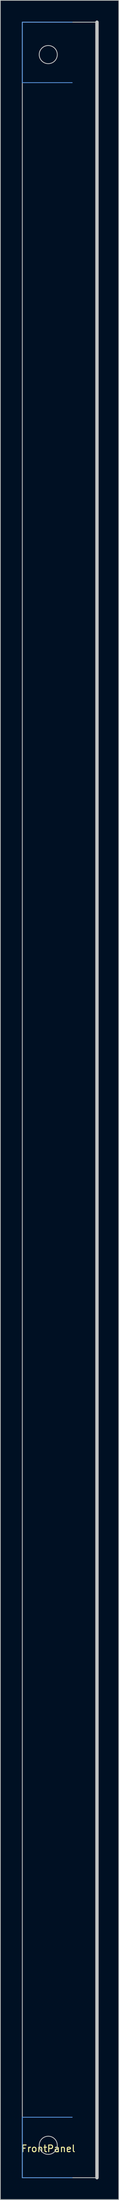
<source format=kicad_pcb>
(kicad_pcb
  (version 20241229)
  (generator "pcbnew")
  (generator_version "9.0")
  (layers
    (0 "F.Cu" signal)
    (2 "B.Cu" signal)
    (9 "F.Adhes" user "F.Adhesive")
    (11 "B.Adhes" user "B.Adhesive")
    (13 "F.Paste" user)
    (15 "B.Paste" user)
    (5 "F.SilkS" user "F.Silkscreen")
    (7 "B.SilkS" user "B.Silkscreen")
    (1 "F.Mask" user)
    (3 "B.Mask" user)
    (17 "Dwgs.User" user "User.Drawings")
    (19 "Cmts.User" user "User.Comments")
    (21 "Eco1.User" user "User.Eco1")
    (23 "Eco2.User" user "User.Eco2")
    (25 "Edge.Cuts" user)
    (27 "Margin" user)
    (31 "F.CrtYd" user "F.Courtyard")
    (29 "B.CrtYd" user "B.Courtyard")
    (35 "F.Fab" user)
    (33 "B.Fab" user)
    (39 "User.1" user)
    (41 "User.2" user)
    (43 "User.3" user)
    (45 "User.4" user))
  (footprint "FrontPanel"
    (layer "F.Cu")
    (at 4.149 316.225)
    (property "Reference" "FrontPanel" (at 0 0.5 180) (layer "F.SilkS") (effects (font (size 1 1) (thickness 0.15))))
    (attr exclude_from_pos_files exclude_from_bom)
    (fp_line (start -3.87 -315.975) (end -3.87 4.825) (stroke (width 0.12) (type solid)) (layer "Dwgs.User"))
    (fp_line (start -3.87 -315.975) (end 7.27 -315.975) (stroke (width 0.12) (type solid)) (layer "Dwgs.User"))
    (fp_line (start -3.87 4.825) (end 7.27 4.825) (stroke (width 0.12) (type solid)) (layer "Dwgs.User"))
    (fp_line (start 7.27 -315.975) (end 7.27 4.825) (stroke (width 0.5) (type solid)) (layer "Dwgs.User"))
    (fp_circle (center 0 -311.15) (end 1.35 -311.15) (stroke (width 0.12) (type solid)) (fill no) (layer "Dwgs.User"))
    (fp_circle (center 0 0) (end 1.35 0) (stroke (width 0.12) (type solid)) (fill no) (layer "Dwgs.User"))
    (fp_line (start -3.87 -315.975) (end -3.87 -306.975) (stroke (width 0.12) (type solid)) (layer "Cmts.User"))
    (fp_line (start -3.87 -315.975) (end 3.57 -315.975) (stroke (width 0.12) (type solid)) (layer "Cmts.User"))
    (fp_line (start -3.87 -306.975) (end 3.57 -306.975) (stroke (width 0.12) (type solid)) (layer "Cmts.User"))
    (fp_line (start -3.87 -4.175) (end -3.87 4.825) (stroke (width 0.12) (type solid)) (layer "Cmts.User"))
    (fp_line (start -3.87 -4.175) (end 3.57 -4.175) (stroke (width 0.12) (type solid)) (layer "Cmts.User"))
    (fp_line (start -3.87 4.825) (end 3.57 4.825) (stroke (width 0.12) (type solid)) (layer "Cmts.User")))
  (gr_rect
    (start -3 -3)
    (end 14.669 324.3)
    (stroke (width 0.1) (type default))
    (fill no)
    (layer "Edge.Cuts")))
</source>
